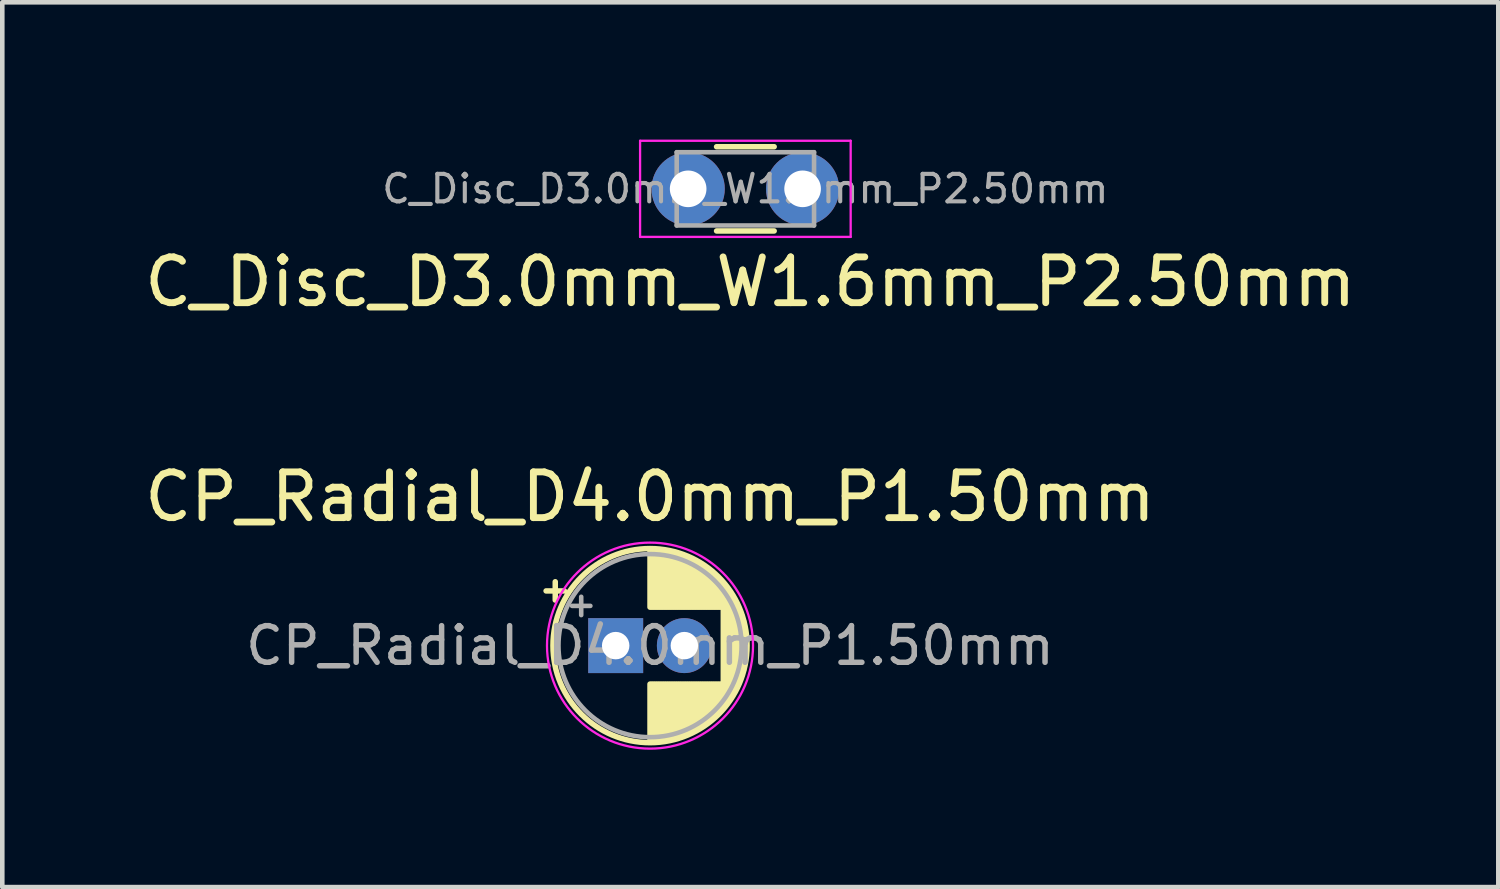
<source format=kicad_pcb>
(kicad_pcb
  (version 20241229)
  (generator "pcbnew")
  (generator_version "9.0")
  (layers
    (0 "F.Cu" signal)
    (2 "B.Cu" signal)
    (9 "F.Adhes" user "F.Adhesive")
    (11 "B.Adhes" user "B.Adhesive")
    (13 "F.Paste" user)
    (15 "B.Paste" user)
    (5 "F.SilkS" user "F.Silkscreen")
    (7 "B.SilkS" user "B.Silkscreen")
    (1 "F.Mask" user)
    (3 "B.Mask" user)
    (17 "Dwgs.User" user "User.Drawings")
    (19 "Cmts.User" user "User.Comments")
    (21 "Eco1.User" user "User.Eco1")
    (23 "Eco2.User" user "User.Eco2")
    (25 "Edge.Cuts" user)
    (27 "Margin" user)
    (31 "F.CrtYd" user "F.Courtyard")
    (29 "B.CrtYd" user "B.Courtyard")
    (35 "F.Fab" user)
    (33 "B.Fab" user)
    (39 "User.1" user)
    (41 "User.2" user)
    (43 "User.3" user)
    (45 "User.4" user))
  (footprint "C_Disc_D3.0mm_W1.6mm_P2.50mm"
    (layer "F.Cu")
    (at 11.982 1.075)
    (property "Reference" "C_Disc_D3.0mm_W1.6mm_P2.50mm" (at 1.358 2.032 180) (layer "F.SilkS") (effects (font (size 1 1) (thickness 0.15))))
    (attr through_hole)
    (fp_line (start 0.621 -0.92) (end 1.879 -0.92) (stroke (width 0.12) (type solid)) (layer "F.SilkS"))
    (fp_line (start 0.621 0.92) (end 1.879 0.92) (stroke (width 0.12) (type solid)) (layer "F.SilkS"))
    (fp_line (start -1.05 -1.05) (end -1.05 1.05) (stroke (width 0.05) (type solid)) (layer "F.CrtYd"))
    (fp_line (start -1.05 1.05) (end 3.55 1.05) (stroke (width 0.05) (type solid)) (layer "F.CrtYd"))
    (fp_line (start 3.55 -1.05) (end -1.05 -1.05) (stroke (width 0.05) (type solid)) (layer "F.CrtYd"))
    (fp_line (start 3.55 1.05) (end 3.55 -1.05) (stroke (width 0.05) (type solid)) (layer "F.CrtYd"))
    (fp_line (start -0.25 -0.8) (end -0.25 0.8) (stroke (width 0.1) (type solid)) (layer "F.Fab"))
    (fp_line (start -0.25 0.8) (end 2.75 0.8) (stroke (width 0.1) (type solid)) (layer "F.Fab"))
    (fp_line (start 2.75 -0.8) (end -0.25 -0.8) (stroke (width 0.1) (type solid)) (layer "F.Fab"))
    (fp_line (start 2.75 0.8) (end 2.75 -0.8) (stroke (width 0.1) (type solid)) (layer "F.Fab"))
    (fp_text user "${REFERENCE}" (at 1.25 0 180) (layer "F.Fab") (effects (font (size 0.6 0.6) (thickness 0.09))))
    (pad "1" thru_hole circle (at 0 0) (size 1.6 1.6) (drill 0.8) (layers "*.Cu" "*.Mask"))
    (pad "2" thru_hole circle (at 2.5 0) (size 1.6 1.6) (drill 0.8) (layers "*.Cu" "*.Mask")))
  (footprint "CP_Radial_D4.0mm_P1.50mm"
    (layer "F.Cu")
    (at 10.399 11.053)
    (property "Reference" "CP_Radial_D4.0mm_P1.50mm" (at 0.75 -3.25 0) (layer "F.SilkS") (effects (font (size 1 1) (thickness 0.15))))
    (attr through_hole)
    (fp_line (start -1.52 -1.195) (end -1.12 -1.195) (stroke (width 0.12) (type solid)) (layer "F.SilkS"))
    (fp_line (start -1.32 -1.395) (end -1.32 -0.995) (stroke (width 0.12) (type solid)) (layer "F.SilkS"))
    (fp_line (start 0.75 -2.08) (end 0.75 -0.84) (stroke (width 0.12) (type solid)) (layer "F.SilkS"))
    (fp_line (start 0.75 0.84) (end 0.75 2.08) (stroke (width 0.12) (type solid)) (layer "F.SilkS"))
    (fp_line (start 0.79 -2.08) (end 0.79 -0.84) (stroke (width 0.12) (type solid)) (layer "F.SilkS"))
    (fp_line (start 0.79 0.84) (end 0.79 2.08) (stroke (width 0.12) (type solid)) (layer "F.SilkS"))
    (fp_line (start 0.83 -2.079) (end 0.83 -0.84) (stroke (width 0.12) (type solid)) (layer "F.SilkS"))
    (fp_line (start 0.83 0.84) (end 0.83 2.079) (stroke (width 0.12) (type solid)) (layer "F.SilkS"))
    (fp_line (start 0.87 -2.077) (end 0.87 -0.84) (stroke (width 0.12) (type solid)) (layer "F.SilkS"))
    (fp_line (start 0.87 0.84) (end 0.87 2.077) (stroke (width 0.12) (type solid)) (layer "F.SilkS"))
    (fp_line (start 0.91 -2.074) (end 0.91 -0.84) (stroke (width 0.12) (type solid)) (layer "F.SilkS"))
    (fp_line (start 0.91 0.84) (end 0.91 2.074) (stroke (width 0.12) (type solid)) (layer "F.SilkS"))
    (fp_line (start 0.95 -2.071) (end 0.95 -0.84) (stroke (width 0.12) (type solid)) (layer "F.SilkS"))
    (fp_line (start 0.95 0.84) (end 0.95 2.071) (stroke (width 0.12) (type solid)) (layer "F.SilkS"))
    (fp_line (start 0.99 -2.067) (end 0.99 -0.84) (stroke (width 0.12) (type solid)) (layer "F.SilkS"))
    (fp_line (start 0.99 0.84) (end 0.99 2.067) (stroke (width 0.12) (type solid)) (layer "F.SilkS"))
    (fp_line (start 1.03 -2.062) (end 1.03 -0.84) (stroke (width 0.12) (type solid)) (layer "F.SilkS"))
    (fp_line (start 1.03 0.84) (end 1.03 2.062) (stroke (width 0.12) (type solid)) (layer "F.SilkS"))
    (fp_line (start 1.07 -2.056) (end 1.07 -0.84) (stroke (width 0.12) (type solid)) (layer "F.SilkS"))
    (fp_line (start 1.07 0.84) (end 1.07 2.056) (stroke (width 0.12) (type solid)) (layer "F.SilkS"))
    (fp_line (start 1.11 -2.05) (end 1.11 -0.84) (stroke (width 0.12) (type solid)) (layer "F.SilkS"))
    (fp_line (start 1.11 0.84) (end 1.11 2.05) (stroke (width 0.12) (type solid)) (layer "F.SilkS"))
    (fp_line (start 1.15 -2.042) (end 1.15 -0.84) (stroke (width 0.12) (type solid)) (layer "F.SilkS"))
    (fp_line (start 1.15 0.84) (end 1.15 2.042) (stroke (width 0.12) (type solid)) (layer "F.SilkS"))
    (fp_line (start 1.19 -2.034) (end 1.19 -0.84) (stroke (width 0.12) (type solid)) (layer "F.SilkS"))
    (fp_line (start 1.19 0.84) (end 1.19 2.034) (stroke (width 0.12) (type solid)) (layer "F.SilkS"))
    (fp_line (start 1.23 -2.025) (end 1.23 -0.84) (stroke (width 0.12) (type solid)) (layer "F.SilkS"))
    (fp_line (start 1.23 0.84) (end 1.23 2.025) (stroke (width 0.12) (type solid)) (layer "F.SilkS"))
    (fp_line (start 1.27 -2.016) (end 1.27 -0.84) (stroke (width 0.12) (type solid)) (layer "F.SilkS"))
    (fp_line (start 1.27 0.84) (end 1.27 2.016) (stroke (width 0.12) (type solid)) (layer "F.SilkS"))
    (fp_line (start 1.31 -2.005) (end 1.31 -0.84) (stroke (width 0.12) (type solid)) (layer "F.SilkS"))
    (fp_line (start 1.31 0.84) (end 1.31 2.005) (stroke (width 0.12) (type solid)) (layer "F.SilkS"))
    (fp_line (start 1.35 -1.994) (end 1.35 -0.84) (stroke (width 0.12) (type solid)) (layer "F.SilkS"))
    (fp_line (start 1.35 0.84) (end 1.35 1.994) (stroke (width 0.12) (type solid)) (layer "F.SilkS"))
    (fp_line (start 1.39 -1.982) (end 1.39 -0.84) (stroke (width 0.12) (type solid)) (layer "F.SilkS"))
    (fp_line (start 1.39 0.84) (end 1.39 1.982) (stroke (width 0.12) (type solid)) (layer "F.SilkS"))
    (fp_line (start 1.43 -1.968) (end 1.43 -0.84) (stroke (width 0.12) (type solid)) (layer "F.SilkS"))
    (fp_line (start 1.43 0.84) (end 1.43 1.968) (stroke (width 0.12) (type solid)) (layer "F.SilkS"))
    (fp_line (start 1.471 -1.954) (end 1.471 -0.84) (stroke (width 0.12) (type solid)) (layer "F.SilkS"))
    (fp_line (start 1.471 0.84) (end 1.471 1.954) (stroke (width 0.12) (type solid)) (layer "F.SilkS"))
    (fp_line (start 1.511 -1.94) (end 1.511 -0.84) (stroke (width 0.12) (type solid)) (layer "F.SilkS"))
    (fp_line (start 1.511 0.84) (end 1.511 1.94) (stroke (width 0.12) (type solid)) (layer "F.SilkS"))
    (fp_line (start 1.551 -1.924) (end 1.551 -0.84) (stroke (width 0.12) (type solid)) (layer "F.SilkS"))
    (fp_line (start 1.551 0.84) (end 1.551 1.924) (stroke (width 0.12) (type solid)) (layer "F.SilkS"))
    (fp_line (start 1.591 -1.907) (end 1.591 -0.84) (stroke (width 0.12) (type solid)) (layer "F.SilkS"))
    (fp_line (start 1.591 0.84) (end 1.591 1.907) (stroke (width 0.12) (type solid)) (layer "F.SilkS"))
    (fp_line (start 1.631 -1.889) (end 1.631 -0.84) (stroke (width 0.12) (type solid)) (layer "F.SilkS"))
    (fp_line (start 1.631 0.84) (end 1.631 1.889) (stroke (width 0.12) (type solid)) (layer "F.SilkS"))
    (fp_line (start 1.671 -1.87) (end 1.671 -0.84) (stroke (width 0.12) (type solid)) (layer "F.SilkS"))
    (fp_line (start 1.671 0.84) (end 1.671 1.87) (stroke (width 0.12) (type solid)) (layer "F.SilkS"))
    (fp_line (start 1.711 -1.851) (end 1.711 -0.84) (stroke (width 0.12) (type solid)) (layer "F.SilkS"))
    (fp_line (start 1.711 0.84) (end 1.711 1.851) (stroke (width 0.12) (type solid)) (layer "F.SilkS"))
    (fp_line (start 1.751 -1.83) (end 1.751 -0.84) (stroke (width 0.12) (type solid)) (layer "F.SilkS"))
    (fp_line (start 1.751 0.84) (end 1.751 1.83) (stroke (width 0.12) (type solid)) (layer "F.SilkS"))
    (fp_line (start 1.791 -1.808) (end 1.791 -0.84) (stroke (width 0.12) (type solid)) (layer "F.SilkS"))
    (fp_line (start 1.791 0.84) (end 1.791 1.808) (stroke (width 0.12) (type solid)) (layer "F.SilkS"))
    (fp_line (start 1.831 -1.785) (end 1.831 -0.84) (stroke (width 0.12) (type solid)) (layer "F.SilkS"))
    (fp_line (start 1.831 0.84) (end 1.831 1.785) (stroke (width 0.12) (type solid)) (layer "F.SilkS"))
    (fp_line (start 1.871 -1.76) (end 1.871 -0.84) (stroke (width 0.12) (type solid)) (layer "F.SilkS"))
    (fp_line (start 1.871 0.84) (end 1.871 1.76) (stroke (width 0.12) (type solid)) (layer "F.SilkS"))
    (fp_line (start 1.911 -1.735) (end 1.911 -0.84) (stroke (width 0.12) (type solid)) (layer "F.SilkS"))
    (fp_line (start 1.911 0.84) (end 1.911 1.735) (stroke (width 0.12) (type solid)) (layer "F.SilkS"))
    (fp_line (start 1.951 -1.708) (end 1.951 -0.84) (stroke (width 0.12) (type solid)) (layer "F.SilkS"))
    (fp_line (start 1.951 0.84) (end 1.951 1.708) (stroke (width 0.12) (type solid)) (layer "F.SilkS"))
    (fp_line (start 1.991 -1.68) (end 1.991 -0.84) (stroke (width 0.12) (type solid)) (layer "F.SilkS"))
    (fp_line (start 1.991 0.84) (end 1.991 1.68) (stroke (width 0.12) (type solid)) (layer "F.SilkS"))
    (fp_line (start 2.031 -1.65) (end 2.031 -0.84) (stroke (width 0.12) (type solid)) (layer "F.SilkS"))
    (fp_line (start 2.031 0.84) (end 2.031 1.65) (stroke (width 0.12) (type solid)) (layer "F.SilkS"))
    (fp_line (start 2.071 -1.619) (end 2.071 -0.84) (stroke (width 0.12) (type solid)) (layer "F.SilkS"))
    (fp_line (start 2.071 0.84) (end 2.071 1.619) (stroke (width 0.12) (type solid)) (layer "F.SilkS"))
    (fp_line (start 2.111 -1.587) (end 2.111 -0.84) (stroke (width 0.12) (type solid)) (layer "F.SilkS"))
    (fp_line (start 2.111 0.84) (end 2.111 1.587) (stroke (width 0.12) (type solid)) (layer "F.SilkS"))
    (fp_line (start 2.151 -1.552) (end 2.151 -0.84) (stroke (width 0.12) (type solid)) (layer "F.SilkS"))
    (fp_line (start 2.151 0.84) (end 2.151 1.552) (stroke (width 0.12) (type solid)) (layer "F.SilkS"))
    (fp_line (start 2.191 -1.516) (end 2.191 -0.84) (stroke (width 0.12) (type solid)) (layer "F.SilkS"))
    (fp_line (start 2.191 0.84) (end 2.191 1.516) (stroke (width 0.12) (type solid)) (layer "F.SilkS"))
    (fp_line (start 2.231 -1.478) (end 2.231 -0.84) (stroke (width 0.12) (type solid)) (layer "F.SilkS"))
    (fp_line (start 2.231 0.84) (end 2.231 1.478) (stroke (width 0.12) (type solid)) (layer "F.SilkS"))
    (fp_line (start 2.271 -1.438) (end 2.271 -0.84) (stroke (width 0.12) (type solid)) (layer "F.SilkS"))
    (fp_line (start 2.271 0.84) (end 2.271 1.438) (stroke (width 0.12) (type solid)) (layer "F.SilkS"))
    (fp_line (start 2.311 -1.396) (end 2.311 -0.84) (stroke (width 0.12) (type solid)) (layer "F.SilkS"))
    (fp_line (start 2.311 0.84) (end 2.311 1.396) (stroke (width 0.12) (type solid)) (layer "F.SilkS"))
    (fp_line (start 2.351 -1.351) (end 2.351 1.351) (stroke (width 0.12) (type solid)) (layer "F.SilkS"))
    (fp_line (start 2.391 -1.304) (end 2.391 1.304) (stroke (width 0.12) (type solid)) (layer "F.SilkS"))
    (fp_line (start 2.431 -1.254) (end 2.431 1.254) (stroke (width 0.12) (type solid)) (layer "F.SilkS"))
    (fp_line (start 2.471 -1.2) (end 2.471 1.2) (stroke (width 0.12) (type solid)) (layer "F.SilkS"))
    (fp_line (start 2.511 -1.142) (end 2.511 1.142) (stroke (width 0.12) (type solid)) (layer "F.SilkS"))
    (fp_line (start 2.551 -1.08) (end 2.551 1.08) (stroke (width 0.12) (type solid)) (layer "F.SilkS"))
    (fp_line (start 2.591 -1.013) (end 2.591 1.013) (stroke (width 0.12) (type solid)) (layer "F.SilkS"))
    (fp_line (start 2.631 -0.94) (end 2.631 0.94) (stroke (width 0.12) (type solid)) (layer "F.SilkS"))
    (fp_line (start 2.671 -0.859) (end 2.671 0.859) (stroke (width 0.12) (type solid)) (layer "F.SilkS"))
    (fp_line (start 2.711 -0.768) (end 2.711 0.768) (stroke (width 0.12) (type solid)) (layer "F.SilkS"))
    (fp_line (start 2.751 -0.664) (end 2.751 0.664) (stroke (width 0.12) (type solid)) (layer "F.SilkS"))
    (fp_line (start 2.791 -0.537) (end 2.791 0.537) (stroke (width 0.12) (type solid)) (layer "F.SilkS"))
    (fp_line (start 2.831 -0.37) (end 2.831 0.37) (stroke (width 0.12) (type solid)) (layer "F.SilkS"))
    (fp_circle (center 0.75 0) (end 2.87 0) (stroke (width 0.12) (type solid)) (fill no) (layer "F.SilkS"))
    (fp_circle (center 0.75 0) (end 3 0) (stroke (width 0.05) (type solid)) (fill no) (layer "F.CrtYd"))
    (fp_line (start -0.953 -0.868) (end -0.553 -0.868) (stroke (width 0.1) (type solid)) (layer "F.Fab"))
    (fp_line (start -0.753 -1.067) (end -0.753 -0.667) (stroke (width 0.1) (type solid)) (layer "F.Fab"))
    (fp_circle (center 0.75 0) (end 2.75 0) (stroke (width 0.1) (type solid)) (fill no) (layer "F.Fab"))
    (fp_text user "${REFERENCE}" (at 0.75 0 0) (layer "F.Fab") (effects (font (size 0.8 0.8) (thickness 0.12))))
    (pad "1" thru_hole rect (at 0 0) (size 1.2 1.2) (drill 0.6) (layers "*.Cu" "*.Mask"))
    (pad "2" thru_hole circle (at 1.5 0) (size 1.2 1.2) (drill 0.6) (layers "*.Cu" "*.Mask")))
  (gr_rect
    (start -3 -3)
    (end 29.679 16.328)
    (stroke (width 0.1) (type default))
    (fill no)
    (layer "Edge.Cuts")))
</source>
